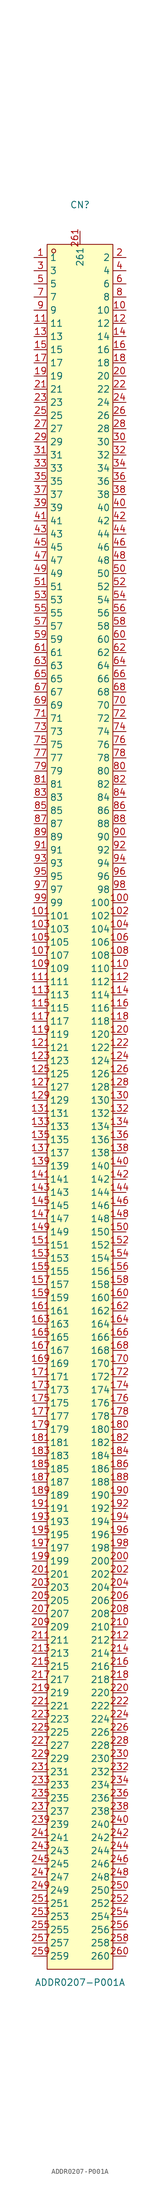
<source format=kicad_sym>
(kicad_symbol_lib
  (version 20231120)
  (generator "kicad_symbol_editor")
  (generator_version "8.0")
  (symbol "ADDR0207-P001A"
    (property "Reference" "CN"
      (at 0 173.99 0)
      (effects (font (size 1.27 1.27))))
    (property "Value" "ADDR0207-P001A"
      (at 0 -168.91 0)
      (effects (font (size 1.27 1.27))))
    (symbol "ADDR0207-P001A_0_1"
      (rectangle (start -6.35 166.37) (end 6.35 -166.37) (stroke (width 0) (type default)) (fill (type background)))
      (circle (center -5.08 165.1) (radius 0.38) (stroke (width 0) (type default)) (fill (type none)))
      (pin unspecified line (at -8.89 163.83 0) (length 2.54) (name "1" (effects (font (size 1.27 1.27)))) (number "1" (effects (font (size 1.27 1.27)))))
      (pin unspecified line (at 8.89 153.67 180) (length 2.54) (name "10" (effects (font (size 1.27 1.27)))) (number "10" (effects (font (size 1.27 1.27)))))
      (pin unspecified line (at 8.89 39.37 180) (length 2.54) (name "100" (effects (font (size 1.27 1.27)))) (number "100" (effects (font (size 1.27 1.27)))))
      (pin unspecified line (at -8.89 36.83 0) (length 2.54) (name "101" (effects (font (size 1.27 1.27)))) (number "101" (effects (font (size 1.27 1.27)))))
      (pin unspecified line (at 8.89 36.83 180) (length 2.54) (name "102" (effects (font (size 1.27 1.27)))) (number "102" (effects (font (size 1.27 1.27)))))
      (pin unspecified line (at -8.89 34.29 0) (length 2.54) (name "103" (effects (font (size 1.27 1.27)))) (number "103" (effects (font (size 1.27 1.27)))))
      (pin unspecified line (at 8.89 34.29 180) (length 2.54) (name "104" (effects (font (size 1.27 1.27)))) (number "104" (effects (font (size 1.27 1.27)))))
      (pin unspecified line (at -8.89 31.75 0) (length 2.54) (name "105" (effects (font (size 1.27 1.27)))) (number "105" (effects (font (size 1.27 1.27)))))
      (pin unspecified line (at 8.89 31.75 180) (length 2.54) (name "106" (effects (font (size 1.27 1.27)))) (number "106" (effects (font (size 1.27 1.27)))))
      (pin unspecified line (at -8.89 29.21 0) (length 2.54) (name "107" (effects (font (size 1.27 1.27)))) (number "107" (effects (font (size 1.27 1.27)))))
      (pin unspecified line (at 8.89 29.21 180) (length 2.54) (name "108" (effects (font (size 1.27 1.27)))) (number "108" (effects (font (size 1.27 1.27)))))
      (pin unspecified line (at -8.89 26.67 0) (length 2.54) (name "109" (effects (font (size 1.27 1.27)))) (number "109" (effects (font (size 1.27 1.27)))))
      (pin unspecified line (at -8.89 151.13 0) (length 2.54) (name "11" (effects (font (size 1.27 1.27)))) (number "11" (effects (font (size 1.27 1.27)))))
      (pin unspecified line (at 8.89 26.67 180) (length 2.54) (name "110" (effects (font (size 1.27 1.27)))) (number "110" (effects (font (size 1.27 1.27)))))
      (pin unspecified line (at -8.89 24.13 0) (length 2.54) (name "111" (effects (font (size 1.27 1.27)))) (number "111" (effects (font (size 1.27 1.27)))))
      (pin unspecified line (at 8.89 24.13 180) (length 2.54) (name "112" (effects (font (size 1.27 1.27)))) (number "112" (effects (font (size 1.27 1.27)))))
      (pin unspecified line (at -8.89 21.59 0) (length 2.54) (name "113" (effects (font (size 1.27 1.27)))) (number "113" (effects (font (size 1.27 1.27)))))
      (pin unspecified line (at 8.89 21.59 180) (length 2.54) (name "114" (effects (font (size 1.27 1.27)))) (number "114" (effects (font (size 1.27 1.27)))))
      (pin unspecified line (at -8.89 19.05 0) (length 2.54) (name "115" (effects (font (size 1.27 1.27)))) (number "115" (effects (font (size 1.27 1.27)))))
      (pin unspecified line (at 8.89 19.05 180) (length 2.54) (name "116" (effects (font (size 1.27 1.27)))) (number "116" (effects (font (size 1.27 1.27)))))
      (pin unspecified line (at -8.89 16.51 0) (length 2.54) (name "117" (effects (font (size 1.27 1.27)))) (number "117" (effects (font (size 1.27 1.27)))))
      (pin unspecified line (at 8.89 16.51 180) (length 2.54) (name "118" (effects (font (size 1.27 1.27)))) (number "118" (effects (font (size 1.27 1.27)))))
      (pin unspecified line (at -8.89 13.97 0) (length 2.54) (name "119" (effects (font (size 1.27 1.27)))) (number "119" (effects (font (size 1.27 1.27)))))
      (pin unspecified line (at 8.89 151.13 180) (length 2.54) (name "12" (effects (font (size 1.27 1.27)))) (number "12" (effects (font (size 1.27 1.27)))))
      (pin unspecified line (at 8.89 13.97 180) (length 2.54) (name "120" (effects (font (size 1.27 1.27)))) (number "120" (effects (font (size 1.27 1.27)))))
      (pin unspecified line (at -8.89 11.43 0) (length 2.54) (name "121" (effects (font (size 1.27 1.27)))) (number "121" (effects (font (size 1.27 1.27)))))
      (pin unspecified line (at 8.89 11.43 180) (length 2.54) (name "122" (effects (font (size 1.27 1.27)))) (number "122" (effects (font (size 1.27 1.27)))))
      (pin unspecified line (at -8.89 8.89 0) (length 2.54) (name "123" (effects (font (size 1.27 1.27)))) (number "123" (effects (font (size 1.27 1.27)))))
      (pin unspecified line (at 8.89 8.89 180) (length 2.54) (name "124" (effects (font (size 1.27 1.27)))) (number "124" (effects (font (size 1.27 1.27)))))
      (pin unspecified line (at -8.89 6.35 0) (length 2.54) (name "125" (effects (font (size 1.27 1.27)))) (number "125" (effects (font (size 1.27 1.27)))))
      (pin unspecified line (at 8.89 6.35 180) (length 2.54) (name "126" (effects (font (size 1.27 1.27)))) (number "126" (effects (font (size 1.27 1.27)))))
      (pin unspecified line (at -8.89 3.81 0) (length 2.54) (name "127" (effects (font (size 1.27 1.27)))) (number "127" (effects (font (size 1.27 1.27)))))
      (pin unspecified line (at 8.89 3.81 180) (length 2.54) (name "128" (effects (font (size 1.27 1.27)))) (number "128" (effects (font (size 1.27 1.27)))))
      (pin unspecified line (at -8.89 1.27 0) (length 2.54) (name "129" (effects (font (size 1.27 1.27)))) (number "129" (effects (font (size 1.27 1.27)))))
      (pin unspecified line (at -8.89 148.59 0) (length 2.54) (name "13" (effects (font (size 1.27 1.27)))) (number "13" (effects (font (size 1.27 1.27)))))
      (pin unspecified line (at 8.89 1.27 180) (length 2.54) (name "130" (effects (font (size 1.27 1.27)))) (number "130" (effects (font (size 1.27 1.27)))))
      (pin unspecified line (at -8.89 -1.27 0) (length 2.54) (name "131" (effects (font (size 1.27 1.27)))) (number "131" (effects (font (size 1.27 1.27)))))
      (pin unspecified line (at 8.89 -1.27 180) (length 2.54) (name "132" (effects (font (size 1.27 1.27)))) (number "132" (effects (font (size 1.27 1.27)))))
      (pin unspecified line (at -8.89 -3.81 0) (length 2.54) (name "133" (effects (font (size 1.27 1.27)))) (number "133" (effects (font (size 1.27 1.27)))))
      (pin unspecified line (at 8.89 -3.81 180) (length 2.54) (name "134" (effects (font (size 1.27 1.27)))) (number "134" (effects (font (size 1.27 1.27)))))
      (pin unspecified line (at -8.89 -6.35 0) (length 2.54) (name "135" (effects (font (size 1.27 1.27)))) (number "135" (effects (font (size 1.27 1.27)))))
      (pin unspecified line (at 8.89 -6.35 180) (length 2.54) (name "136" (effects (font (size 1.27 1.27)))) (number "136" (effects (font (size 1.27 1.27)))))
      (pin unspecified line (at -8.89 -8.89 0) (length 2.54) (name "137" (effects (font (size 1.27 1.27)))) (number "137" (effects (font (size 1.27 1.27)))))
      (pin unspecified line (at 8.89 -8.89 180) (length 2.54) (name "138" (effects (font (size 1.27 1.27)))) (number "138" (effects (font (size 1.27 1.27)))))
      (pin unspecified line (at -8.89 -11.43 0) (length 2.54) (name "139" (effects (font (size 1.27 1.27)))) (number "139" (effects (font (size 1.27 1.27)))))
      (pin unspecified line (at 8.89 148.59 180) (length 2.54) (name "14" (effects (font (size 1.27 1.27)))) (number "14" (effects (font (size 1.27 1.27)))))
      (pin unspecified line (at 8.89 -11.43 180) (length 2.54) (name "140" (effects (font (size 1.27 1.27)))) (number "140" (effects (font (size 1.27 1.27)))))
      (pin unspecified line (at -8.89 -13.97 0) (length 2.54) (name "141" (effects (font (size 1.27 1.27)))) (number "141" (effects (font (size 1.27 1.27)))))
      (pin unspecified line (at 8.89 -13.97 180) (length 2.54) (name "142" (effects (font (size 1.27 1.27)))) (number "142" (effects (font (size 1.27 1.27)))))
      (pin unspecified line (at -8.89 -16.51 0) (length 2.54) (name "143" (effects (font (size 1.27 1.27)))) (number "143" (effects (font (size 1.27 1.27)))))
      (pin unspecified line (at 8.89 -16.51 180) (length 2.54) (name "144" (effects (font (size 1.27 1.27)))) (number "144" (effects (font (size 1.27 1.27)))))
      (pin unspecified line (at -8.89 -19.05 0) (length 2.54) (name "145" (effects (font (size 1.27 1.27)))) (number "145" (effects (font (size 1.27 1.27)))))
      (pin unspecified line (at 8.89 -19.05 180) (length 2.54) (name "146" (effects (font (size 1.27 1.27)))) (number "146" (effects (font (size 1.27 1.27)))))
      (pin unspecified line (at -8.89 -21.59 0) (length 2.54) (name "147" (effects (font (size 1.27 1.27)))) (number "147" (effects (font (size 1.27 1.27)))))
      (pin unspecified line (at 8.89 -21.59 180) (length 2.54) (name "148" (effects (font (size 1.27 1.27)))) (number "148" (effects (font (size 1.27 1.27)))))
      (pin unspecified line (at -8.89 -24.13 0) (length 2.54) (name "149" (effects (font (size 1.27 1.27)))) (number "149" (effects (font (size 1.27 1.27)))))
      (pin unspecified line (at -8.89 146.05 0) (length 2.54) (name "15" (effects (font (size 1.27 1.27)))) (number "15" (effects (font (size 1.27 1.27)))))
      (pin unspecified line (at 8.89 -24.13 180) (length 2.54) (name "150" (effects (font (size 1.27 1.27)))) (number "150" (effects (font (size 1.27 1.27)))))
      (pin unspecified line (at -8.89 -26.67 0) (length 2.54) (name "151" (effects (font (size 1.27 1.27)))) (number "151" (effects (font (size 1.27 1.27)))))
      (pin unspecified line (at 8.89 -26.67 180) (length 2.54) (name "152" (effects (font (size 1.27 1.27)))) (number "152" (effects (font (size 1.27 1.27)))))
      (pin unspecified line (at -8.89 -29.21 0) (length 2.54) (name "153" (effects (font (size 1.27 1.27)))) (number "153" (effects (font (size 1.27 1.27)))))
      (pin unspecified line (at 8.89 -29.21 180) (length 2.54) (name "154" (effects (font (size 1.27 1.27)))) (number "154" (effects (font (size 1.27 1.27)))))
      (pin unspecified line (at -8.89 -31.75 0) (length 2.54) (name "155" (effects (font (size 1.27 1.27)))) (number "155" (effects (font (size 1.27 1.27)))))
      (pin unspecified line (at 8.89 -31.75 180) (length 2.54) (name "156" (effects (font (size 1.27 1.27)))) (number "156" (effects (font (size 1.27 1.27)))))
      (pin unspecified line (at -8.89 -34.29 0) (length 2.54) (name "157" (effects (font (size 1.27 1.27)))) (number "157" (effects (font (size 1.27 1.27)))))
      (pin unspecified line (at 8.89 -34.29 180) (length 2.54) (name "158" (effects (font (size 1.27 1.27)))) (number "158" (effects (font (size 1.27 1.27)))))
      (pin unspecified line (at -8.89 -36.83 0) (length 2.54) (name "159" (effects (font (size 1.27 1.27)))) (number "159" (effects (font (size 1.27 1.27)))))
      (pin unspecified line (at 8.89 146.05 180) (length 2.54) (name "16" (effects (font (size 1.27 1.27)))) (number "16" (effects (font (size 1.27 1.27)))))
      (pin unspecified line (at 8.89 -36.83 180) (length 2.54) (name "160" (effects (font (size 1.27 1.27)))) (number "160" (effects (font (size 1.27 1.27)))))
      (pin unspecified line (at -8.89 -39.37 0) (length 2.54) (name "161" (effects (font (size 1.27 1.27)))) (number "161" (effects (font (size 1.27 1.27)))))
      (pin unspecified line (at 8.89 -39.37 180) (length 2.54) (name "162" (effects (font (size 1.27 1.27)))) (number "162" (effects (font (size 1.27 1.27)))))
      (pin unspecified line (at -8.89 -41.91 0) (length 2.54) (name "163" (effects (font (size 1.27 1.27)))) (number "163" (effects (font (size 1.27 1.27)))))
      (pin unspecified line (at 8.89 -41.91 180) (length 2.54) (name "164" (effects (font (size 1.27 1.27)))) (number "164" (effects (font (size 1.27 1.27)))))
      (pin unspecified line (at -8.89 -44.45 0) (length 2.54) (name "165" (effects (font (size 1.27 1.27)))) (number "165" (effects (font (size 1.27 1.27)))))
      (pin unspecified line (at 8.89 -44.45 180) (length 2.54) (name "166" (effects (font (size 1.27 1.27)))) (number "166" (effects (font (size 1.27 1.27)))))
      (pin unspecified line (at -8.89 -46.99 0) (length 2.54) (name "167" (effects (font (size 1.27 1.27)))) (number "167" (effects (font (size 1.27 1.27)))))
      (pin unspecified line (at 8.89 -46.99 180) (length 2.54) (name "168" (effects (font (size 1.27 1.27)))) (number "168" (effects (font (size 1.27 1.27)))))
      (pin unspecified line (at -8.89 -49.53 0) (length 2.54) (name "169" (effects (font (size 1.27 1.27)))) (number "169" (effects (font (size 1.27 1.27)))))
      (pin unspecified line (at -8.89 143.51 0) (length 2.54) (name "17" (effects (font (size 1.27 1.27)))) (number "17" (effects (font (size 1.27 1.27)))))
      (pin unspecified line (at 8.89 -49.53 180) (length 2.54) (name "170" (effects (font (size 1.27 1.27)))) (number "170" (effects (font (size 1.27 1.27)))))
      (pin unspecified line (at -8.89 -52.07 0) (length 2.54) (name "171" (effects (font (size 1.27 1.27)))) (number "171" (effects (font (size 1.27 1.27)))))
      (pin unspecified line (at 8.89 -52.07 180) (length 2.54) (name "172" (effects (font (size 1.27 1.27)))) (number "172" (effects (font (size 1.27 1.27)))))
      (pin unspecified line (at -8.89 -54.61 0) (length 2.54) (name "173" (effects (font (size 1.27 1.27)))) (number "173" (effects (font (size 1.27 1.27)))))
      (pin unspecified line (at 8.89 -54.61 180) (length 2.54) (name "174" (effects (font (size 1.27 1.27)))) (number "174" (effects (font (size 1.27 1.27)))))
      (pin unspecified line (at -8.89 -57.15 0) (length 2.54) (name "175" (effects (font (size 1.27 1.27)))) (number "175" (effects (font (size 1.27 1.27)))))
      (pin unspecified line (at 8.89 -57.15 180) (length 2.54) (name "176" (effects (font (size 1.27 1.27)))) (number "176" (effects (font (size 1.27 1.27)))))
      (pin unspecified line (at -8.89 -59.69 0) (length 2.54) (name "177" (effects (font (size 1.27 1.27)))) (number "177" (effects (font (size 1.27 1.27)))))
      (pin unspecified line (at 8.89 -59.69 180) (length 2.54) (name "178" (effects (font (size 1.27 1.27)))) (number "178" (effects (font (size 1.27 1.27)))))
      (pin unspecified line (at -8.89 -62.23 0) (length 2.54) (name "179" (effects (font (size 1.27 1.27)))) (number "179" (effects (font (size 1.27 1.27)))))
      (pin unspecified line (at 8.89 143.51 180) (length 2.54) (name "18" (effects (font (size 1.27 1.27)))) (number "18" (effects (font (size 1.27 1.27)))))
      (pin unspecified line (at 8.89 -62.23 180) (length 2.54) (name "180" (effects (font (size 1.27 1.27)))) (number "180" (effects (font (size 1.27 1.27)))))
      (pin unspecified line (at -8.89 -64.77 0) (length 2.54) (name "181" (effects (font (size 1.27 1.27)))) (number "181" (effects (font (size 1.27 1.27)))))
      (pin unspecified line (at 8.89 -64.77 180) (length 2.54) (name "182" (effects (font (size 1.27 1.27)))) (number "182" (effects (font (size 1.27 1.27)))))
      (pin unspecified line (at -8.89 -67.31 0) (length 2.54) (name "183" (effects (font (size 1.27 1.27)))) (number "183" (effects (font (size 1.27 1.27)))))
      (pin unspecified line (at 8.89 -67.31 180) (length 2.54) (name "184" (effects (font (size 1.27 1.27)))) (number "184" (effects (font (size 1.27 1.27)))))
      (pin unspecified line (at -8.89 -69.85 0) (length 2.54) (name "185" (effects (font (size 1.27 1.27)))) (number "185" (effects (font (size 1.27 1.27)))))
      (pin unspecified line (at 8.89 -69.85 180) (length 2.54) (name "186" (effects (font (size 1.27 1.27)))) (number "186" (effects (font (size 1.27 1.27)))))
      (pin unspecified line (at -8.89 -72.39 0) (length 2.54) (name "187" (effects (font (size 1.27 1.27)))) (number "187" (effects (font (size 1.27 1.27)))))
      (pin unspecified line (at 8.89 -72.39 180) (length 2.54) (name "188" (effects (font (size 1.27 1.27)))) (number "188" (effects (font (size 1.27 1.27)))))
      (pin unspecified line (at -8.89 -74.93 0) (length 2.54) (name "189" (effects (font (size 1.27 1.27)))) (number "189" (effects (font (size 1.27 1.27)))))
      (pin unspecified line (at -8.89 140.97 0) (length 2.54) (name "19" (effects (font (size 1.27 1.27)))) (number "19" (effects (font (size 1.27 1.27)))))
      (pin unspecified line (at 8.89 -74.93 180) (length 2.54) (name "190" (effects (font (size 1.27 1.27)))) (number "190" (effects (font (size 1.27 1.27)))))
      (pin unspecified line (at -8.89 -77.47 0) (length 2.54) (name "191" (effects (font (size 1.27 1.27)))) (number "191" (effects (font (size 1.27 1.27)))))
      (pin unspecified line (at 8.89 -77.47 180) (length 2.54) (name "192" (effects (font (size 1.27 1.27)))) (number "192" (effects (font (size 1.27 1.27)))))
      (pin unspecified line (at -8.89 -80.01 0) (length 2.54) (name "193" (effects (font (size 1.27 1.27)))) (number "193" (effects (font (size 1.27 1.27)))))
      (pin unspecified line (at 8.89 -80.01 180) (length 2.54) (name "194" (effects (font (size 1.27 1.27)))) (number "194" (effects (font (size 1.27 1.27)))))
      (pin unspecified line (at -8.89 -82.55 0) (length 2.54) (name "195" (effects (font (size 1.27 1.27)))) (number "195" (effects (font (size 1.27 1.27)))))
      (pin unspecified line (at 8.89 -82.55 180) (length 2.54) (name "196" (effects (font (size 1.27 1.27)))) (number "196" (effects (font (size 1.27 1.27)))))
      (pin unspecified line (at -8.89 -85.09 0) (length 2.54) (name "197" (effects (font (size 1.27 1.27)))) (number "197" (effects (font (size 1.27 1.27)))))
      (pin unspecified line (at 8.89 -85.09 180) (length 2.54) (name "198" (effects (font (size 1.27 1.27)))) (number "198" (effects (font (size 1.27 1.27)))))
      (pin unspecified line (at -8.89 -87.63 0) (length 2.54) (name "199" (effects (font (size 1.27 1.27)))) (number "199" (effects (font (size 1.27 1.27)))))
      (pin unspecified line (at 8.89 163.83 180) (length 2.54) (name "2" (effects (font (size 1.27 1.27)))) (number "2" (effects (font (size 1.27 1.27)))))
      (pin unspecified line (at 8.89 140.97 180) (length 2.54) (name "20" (effects (font (size 1.27 1.27)))) (number "20" (effects (font (size 1.27 1.27)))))
      (pin unspecified line (at 8.89 -87.63 180) (length 2.54) (name "200" (effects (font (size 1.27 1.27)))) (number "200" (effects (font (size 1.27 1.27)))))
      (pin unspecified line (at -8.89 -90.17 0) (length 2.54) (name "201" (effects (font (size 1.27 1.27)))) (number "201" (effects (font (size 1.27 1.27)))))
      (pin unspecified line (at 8.89 -90.17 180) (length 2.54) (name "202" (effects (font (size 1.27 1.27)))) (number "202" (effects (font (size 1.27 1.27)))))
      (pin unspecified line (at -8.89 -92.71 0) (length 2.54) (name "203" (effects (font (size 1.27 1.27)))) (number "203" (effects (font (size 1.27 1.27)))))
      (pin unspecified line (at 8.89 -92.71 180) (length 2.54) (name "204" (effects (font (size 1.27 1.27)))) (number "204" (effects (font (size 1.27 1.27)))))
      (pin unspecified line (at -8.89 -95.25 0) (length 2.54) (name "205" (effects (font (size 1.27 1.27)))) (number "205" (effects (font (size 1.27 1.27)))))
      (pin unspecified line (at 8.89 -95.25 180) (length 2.54) (name "206" (effects (font (size 1.27 1.27)))) (number "206" (effects (font (size 1.27 1.27)))))
      (pin unspecified line (at -8.89 -97.79 0) (length 2.54) (name "207" (effects (font (size 1.27 1.27)))) (number "207" (effects (font (size 1.27 1.27)))))
      (pin unspecified line (at 8.89 -97.79 180) (length 2.54) (name "208" (effects (font (size 1.27 1.27)))) (number "208" (effects (font (size 1.27 1.27)))))
      (pin unspecified line (at -8.89 -100.33 0) (length 2.54) (name "209" (effects (font (size 1.27 1.27)))) (number "209" (effects (font (size 1.27 1.27)))))
      (pin unspecified line (at -8.89 138.43 0) (length 2.54) (name "21" (effects (font (size 1.27 1.27)))) (number "21" (effects (font (size 1.27 1.27)))))
      (pin unspecified line (at 8.89 -100.33 180) (length 2.54) (name "210" (effects (font (size 1.27 1.27)))) (number "210" (effects (font (size 1.27 1.27)))))
      (pin unspecified line (at -8.89 -102.87 0) (length 2.54) (name "211" (effects (font (size 1.27 1.27)))) (number "211" (effects (font (size 1.27 1.27)))))
      (pin unspecified line (at 8.89 -102.87 180) (length 2.54) (name "212" (effects (font (size 1.27 1.27)))) (number "212" (effects (font (size 1.27 1.27)))))
      (pin unspecified line (at -8.89 -105.41 0) (length 2.54) (name "213" (effects (font (size 1.27 1.27)))) (number "213" (effects (font (size 1.27 1.27)))))
      (pin unspecified line (at 8.89 -105.41 180) (length 2.54) (name "214" (effects (font (size 1.27 1.27)))) (number "214" (effects (font (size 1.27 1.27)))))
      (pin unspecified line (at -8.89 -107.95 0) (length 2.54) (name "215" (effects (font (size 1.27 1.27)))) (number "215" (effects (font (size 1.27 1.27)))))
      (pin unspecified line (at 8.89 -107.95 180) (length 2.54) (name "216" (effects (font (size 1.27 1.27)))) (number "216" (effects (font (size 1.27 1.27)))))
      (pin unspecified line (at -8.89 -110.49 0) (length 2.54) (name "217" (effects (font (size 1.27 1.27)))) (number "217" (effects (font (size 1.27 1.27)))))
      (pin unspecified line (at 8.89 -110.49 180) (length 2.54) (name "218" (effects (font (size 1.27 1.27)))) (number "218" (effects (font (size 1.27 1.27)))))
      (pin unspecified line (at -8.89 -113.03 0) (length 2.54) (name "219" (effects (font (size 1.27 1.27)))) (number "219" (effects (font (size 1.27 1.27)))))
      (pin unspecified line (at 8.89 138.43 180) (length 2.54) (name "22" (effects (font (size 1.27 1.27)))) (number "22" (effects (font (size 1.27 1.27)))))
      (pin unspecified line (at 8.89 -113.03 180) (length 2.54) (name "220" (effects (font (size 1.27 1.27)))) (number "220" (effects (font (size 1.27 1.27)))))
      (pin unspecified line (at -8.89 -115.57 0) (length 2.54) (name "221" (effects (font (size 1.27 1.27)))) (number "221" (effects (font (size 1.27 1.27)))))
      (pin unspecified line (at 8.89 -115.57 180) (length 2.54) (name "222" (effects (font (size 1.27 1.27)))) (number "222" (effects (font (size 1.27 1.27)))))
      (pin unspecified line (at -8.89 -118.11 0) (length 2.54) (name "223" (effects (font (size 1.27 1.27)))) (number "223" (effects (font (size 1.27 1.27)))))
      (pin unspecified line (at 8.89 -118.11 180) (length 2.54) (name "224" (effects (font (size 1.27 1.27)))) (number "224" (effects (font (size 1.27 1.27)))))
      (pin unspecified line (at -8.89 -120.65 0) (length 2.54) (name "225" (effects (font (size 1.27 1.27)))) (number "225" (effects (font (size 1.27 1.27)))))
      (pin unspecified line (at 8.89 -120.65 180) (length 2.54) (name "226" (effects (font (size 1.27 1.27)))) (number "226" (effects (font (size 1.27 1.27)))))
      (pin unspecified line (at -8.89 -123.19 0) (length 2.54) (name "227" (effects (font (size 1.27 1.27)))) (number "227" (effects (font (size 1.27 1.27)))))
      (pin unspecified line (at 8.89 -123.19 180) (length 2.54) (name "228" (effects (font (size 1.27 1.27)))) (number "228" (effects (font (size 1.27 1.27)))))
      (pin unspecified line (at -8.89 -125.73 0) (length 2.54) (name "229" (effects (font (size 1.27 1.27)))) (number "229" (effects (font (size 1.27 1.27)))))
      (pin unspecified line (at -8.89 135.89 0) (length 2.54) (name "23" (effects (font (size 1.27 1.27)))) (number "23" (effects (font (size 1.27 1.27)))))
      (pin unspecified line (at 8.89 -125.73 180) (length 2.54) (name "230" (effects (font (size 1.27 1.27)))) (number "230" (effects (font (size 1.27 1.27)))))
      (pin unspecified line (at -8.89 -128.27 0) (length 2.54) (name "231" (effects (font (size 1.27 1.27)))) (number "231" (effects (font (size 1.27 1.27)))))
      (pin unspecified line (at 8.89 -128.27 180) (length 2.54) (name "232" (effects (font (size 1.27 1.27)))) (number "232" (effects (font (size 1.27 1.27)))))
      (pin unspecified line (at -8.89 -130.81 0) (length 2.54) (name "233" (effects (font (size 1.27 1.27)))) (number "233" (effects (font (size 1.27 1.27)))))
      (pin unspecified line (at 8.89 -130.81 180) (length 2.54) (name "234" (effects (font (size 1.27 1.27)))) (number "234" (effects (font (size 1.27 1.27)))))
      (pin unspecified line (at -8.89 -133.35 0) (length 2.54) (name "235" (effects (font (size 1.27 1.27)))) (number "235" (effects (font (size 1.27 1.27)))))
      (pin unspecified line (at 8.89 -133.35 180) (length 2.54) (name "236" (effects (font (size 1.27 1.27)))) (number "236" (effects (font (size 1.27 1.27)))))
      (pin unspecified line (at -8.89 -135.89 0) (length 2.54) (name "237" (effects (font (size 1.27 1.27)))) (number "237" (effects (font (size 1.27 1.27)))))
      (pin unspecified line (at 8.89 -135.89 180) (length 2.54) (name "238" (effects (font (size 1.27 1.27)))) (number "238" (effects (font (size 1.27 1.27)))))
      (pin unspecified line (at -8.89 -138.43 0) (length 2.54) (name "239" (effects (font (size 1.27 1.27)))) (number "239" (effects (font (size 1.27 1.27)))))
      (pin unspecified line (at 8.89 135.89 180) (length 2.54) (name "24" (effects (font (size 1.27 1.27)))) (number "24" (effects (font (size 1.27 1.27)))))
      (pin unspecified line (at 8.89 -138.43 180) (length 2.54) (name "240" (effects (font (size 1.27 1.27)))) (number "240" (effects (font (size 1.27 1.27)))))
      (pin unspecified line (at -8.89 -140.97 0) (length 2.54) (name "241" (effects (font (size 1.27 1.27)))) (number "241" (effects (font (size 1.27 1.27)))))
      (pin unspecified line (at 8.89 -140.97 180) (length 2.54) (name "242" (effects (font (size 1.27 1.27)))) (number "242" (effects (font (size 1.27 1.27)))))
      (pin unspecified line (at -8.89 -143.51 0) (length 2.54) (name "243" (effects (font (size 1.27 1.27)))) (number "243" (effects (font (size 1.27 1.27)))))
      (pin unspecified line (at 8.89 -143.51 180) (length 2.54) (name "244" (effects (font (size 1.27 1.27)))) (number "244" (effects (font (size 1.27 1.27)))))
      (pin unspecified line (at -8.89 -146.05 0) (length 2.54) (name "245" (effects (font (size 1.27 1.27)))) (number "245" (effects (font (size 1.27 1.27)))))
      (pin unspecified line (at 8.89 -146.05 180) (length 2.54) (name "246" (effects (font (size 1.27 1.27)))) (number "246" (effects (font (size 1.27 1.27)))))
      (pin unspecified line (at -8.89 -148.59 0) (length 2.54) (name "247" (effects (font (size 1.27 1.27)))) (number "247" (effects (font (size 1.27 1.27)))))
      (pin unspecified line (at 8.89 -148.59 180) (length 2.54) (name "248" (effects (font (size 1.27 1.27)))) (number "248" (effects (font (size 1.27 1.27)))))
      (pin unspecified line (at -8.89 -151.13 0) (length 2.54) (name "249" (effects (font (size 1.27 1.27)))) (number "249" (effects (font (size 1.27 1.27)))))
      (pin unspecified line (at -8.89 133.35 0) (length 2.54) (name "25" (effects (font (size 1.27 1.27)))) (number "25" (effects (font (size 1.27 1.27)))))
      (pin unspecified line (at 8.89 -151.13 180) (length 2.54) (name "250" (effects (font (size 1.27 1.27)))) (number "250" (effects (font (size 1.27 1.27)))))
      (pin unspecified line (at -8.89 -153.67 0) (length 2.54) (name "251" (effects (font (size 1.27 1.27)))) (number "251" (effects (font (size 1.27 1.27)))))
      (pin unspecified line (at 8.89 -153.67 180) (length 2.54) (name "252" (effects (font (size 1.27 1.27)))) (number "252" (effects (font (size 1.27 1.27)))))
      (pin unspecified line (at -8.89 -156.21 0) (length 2.54) (name "253" (effects (font (size 1.27 1.27)))) (number "253" (effects (font (size 1.27 1.27)))))
      (pin unspecified line (at 8.89 -156.21 180) (length 2.54) (name "254" (effects (font (size 1.27 1.27)))) (number "254" (effects (font (size 1.27 1.27)))))
      (pin unspecified line (at -8.89 -158.75 0) (length 2.54) (name "255" (effects (font (size 1.27 1.27)))) (number "255" (effects (font (size 1.27 1.27)))))
      (pin unspecified line (at 8.89 -158.75 180) (length 2.54) (name "256" (effects (font (size 1.27 1.27)))) (number "256" (effects (font (size 1.27 1.27)))))
      (pin unspecified line (at -8.89 -161.29 0) (length 2.54) (name "257" (effects (font (size 1.27 1.27)))) (number "257" (effects (font (size 1.27 1.27)))))
      (pin unspecified line (at 8.89 -161.29 180) (length 2.54) (name "258" (effects (font (size 1.27 1.27)))) (number "258" (effects (font (size 1.27 1.27)))))
      (pin unspecified line (at -8.89 -163.83 0) (length 2.54) (name "259" (effects (font (size 1.27 1.27)))) (number "259" (effects (font (size 1.27 1.27)))))
      (pin unspecified line (at 8.89 133.35 180) (length 2.54) (name "26" (effects (font (size 1.27 1.27)))) (number "26" (effects (font (size 1.27 1.27)))))
      (pin unspecified line (at 8.89 -163.83 180) (length 2.54) (name "260" (effects (font (size 1.27 1.27)))) (number "260" (effects (font (size 1.27 1.27)))))
      (pin unspecified line (at 0 168.91 270) (length 2.54) (name "261" (effects (font (size 1.27 1.27)))) (number "261" (effects (font (size 1.27 1.27)))))
      (pin unspecified line (at -8.89 130.81 0) (length 2.54) (name "27" (effects (font (size 1.27 1.27)))) (number "27" (effects (font (size 1.27 1.27)))))
      (pin unspecified line (at 8.89 130.81 180) (length 2.54) (name "28" (effects (font (size 1.27 1.27)))) (number "28" (effects (font (size 1.27 1.27)))))
      (pin unspecified line (at -8.89 128.27 0) (length 2.54) (name "29" (effects (font (size 1.27 1.27)))) (number "29" (effects (font (size 1.27 1.27)))))
      (pin unspecified line (at -8.89 161.29 0) (length 2.54) (name "3" (effects (font (size 1.27 1.27)))) (number "3" (effects (font (size 1.27 1.27)))))
      (pin unspecified line (at 8.89 128.27 180) (length 2.54) (name "30" (effects (font (size 1.27 1.27)))) (number "30" (effects (font (size 1.27 1.27)))))
      (pin unspecified line (at -8.89 125.73 0) (length 2.54) (name "31" (effects (font (size 1.27 1.27)))) (number "31" (effects (font (size 1.27 1.27)))))
      (pin unspecified line (at 8.89 125.73 180) (length 2.54) (name "32" (effects (font (size 1.27 1.27)))) (number "32" (effects (font (size 1.27 1.27)))))
      (pin unspecified line (at -8.89 123.19 0) (length 2.54) (name "33" (effects (font (size 1.27 1.27)))) (number "33" (effects (font (size 1.27 1.27)))))
      (pin unspecified line (at 8.89 123.19 180) (length 2.54) (name "34" (effects (font (size 1.27 1.27)))) (number "34" (effects (font (size 1.27 1.27)))))
      (pin unspecified line (at -8.89 120.65 0) (length 2.54) (name "35" (effects (font (size 1.27 1.27)))) (number "35" (effects (font (size 1.27 1.27)))))
      (pin unspecified line (at 8.89 120.65 180) (length 2.54) (name "36" (effects (font (size 1.27 1.27)))) (number "36" (effects (font (size 1.27 1.27)))))
      (pin unspecified line (at -8.89 118.11 0) (length 2.54) (name "37" (effects (font (size 1.27 1.27)))) (number "37" (effects (font (size 1.27 1.27)))))
      (pin unspecified line (at 8.89 118.11 180) (length 2.54) (name "38" (effects (font (size 1.27 1.27)))) (number "38" (effects (font (size 1.27 1.27)))))
      (pin unspecified line (at -8.89 115.57 0) (length 2.54) (name "39" (effects (font (size 1.27 1.27)))) (number "39" (effects (font (size 1.27 1.27)))))
      (pin unspecified line (at 8.89 161.29 180) (length 2.54) (name "4" (effects (font (size 1.27 1.27)))) (number "4" (effects (font (size 1.27 1.27)))))
      (pin unspecified line (at 8.89 115.57 180) (length 2.54) (name "40" (effects (font (size 1.27 1.27)))) (number "40" (effects (font (size 1.27 1.27)))))
      (pin unspecified line (at -8.89 113.03 0) (length 2.54) (name "41" (effects (font (size 1.27 1.27)))) (number "41" (effects (font (size 1.27 1.27)))))
      (pin unspecified line (at 8.89 113.03 180) (length 2.54) (name "42" (effects (font (size 1.27 1.27)))) (number "42" (effects (font (size 1.27 1.27)))))
      (pin unspecified line (at -8.89 110.49 0) (length 2.54) (name "43" (effects (font (size 1.27 1.27)))) (number "43" (effects (font (size 1.27 1.27)))))
      (pin unspecified line (at 8.89 110.49 180) (length 2.54) (name "44" (effects (font (size 1.27 1.27)))) (number "44" (effects (font (size 1.27 1.27)))))
      (pin unspecified line (at -8.89 107.95 0) (length 2.54) (name "45" (effects (font (size 1.27 1.27)))) (number "45" (effects (font (size 1.27 1.27)))))
      (pin unspecified line (at 8.89 107.95 180) (length 2.54) (name "46" (effects (font (size 1.27 1.27)))) (number "46" (effects (font (size 1.27 1.27)))))
      (pin unspecified line (at -8.89 105.41 0) (length 2.54) (name "47" (effects (font (size 1.27 1.27)))) (number "47" (effects (font (size 1.27 1.27)))))
      (pin unspecified line (at 8.89 105.41 180) (length 2.54) (name "48" (effects (font (size 1.27 1.27)))) (number "48" (effects (font (size 1.27 1.27)))))
      (pin unspecified line (at -8.89 102.87 0) (length 2.54) (name "49" (effects (font (size 1.27 1.27)))) (number "49" (effects (font (size 1.27 1.27)))))
      (pin unspecified line (at -8.89 158.75 0) (length 2.54) (name "5" (effects (font (size 1.27 1.27)))) (number "5" (effects (font (size 1.27 1.27)))))
      (pin unspecified line (at 8.89 102.87 180) (length 2.54) (name "50" (effects (font (size 1.27 1.27)))) (number "50" (effects (font (size 1.27 1.27)))))
      (pin unspecified line (at -8.89 100.33 0) (length 2.54) (name "51" (effects (font (size 1.27 1.27)))) (number "51" (effects (font (size 1.27 1.27)))))
      (pin unspecified line (at 8.89 100.33 180) (length 2.54) (name "52" (effects (font (size 1.27 1.27)))) (number "52" (effects (font (size 1.27 1.27)))))
      (pin unspecified line (at -8.89 97.79 0) (length 2.54) (name "53" (effects (font (size 1.27 1.27)))) (number "53" (effects (font (size 1.27 1.27)))))
      (pin unspecified line (at 8.89 97.79 180) (length 2.54) (name "54" (effects (font (size 1.27 1.27)))) (number "54" (effects (font (size 1.27 1.27)))))
      (pin unspecified line (at -8.89 95.25 0) (length 2.54) (name "55" (effects (font (size 1.27 1.27)))) (number "55" (effects (font (size 1.27 1.27)))))
      (pin unspecified line (at 8.89 95.25 180) (length 2.54) (name "56" (effects (font (size 1.27 1.27)))) (number "56" (effects (font (size 1.27 1.27)))))
      (pin unspecified line (at -8.89 92.71 0) (length 2.54) (name "57" (effects (font (size 1.27 1.27)))) (number "57" (effects (font (size 1.27 1.27)))))
      (pin unspecified line (at 8.89 92.71 180) (length 2.54) (name "58" (effects (font (size 1.27 1.27)))) (number "58" (effects (font (size 1.27 1.27)))))
      (pin unspecified line (at -8.89 90.17 0) (length 2.54) (name "59" (effects (font (size 1.27 1.27)))) (number "59" (effects (font (size 1.27 1.27)))))
      (pin unspecified line (at 8.89 158.75 180) (length 2.54) (name "6" (effects (font (size 1.27 1.27)))) (number "6" (effects (font (size 1.27 1.27)))))
      (pin unspecified line (at 8.89 90.17 180) (length 2.54) (name "60" (effects (font (size 1.27 1.27)))) (number "60" (effects (font (size 1.27 1.27)))))
      (pin unspecified line (at -8.89 87.63 0) (length 2.54) (name "61" (effects (font (size 1.27 1.27)))) (number "61" (effects (font (size 1.27 1.27)))))
      (pin unspecified line (at 8.89 87.63 180) (length 2.54) (name "62" (effects (font (size 1.27 1.27)))) (number "62" (effects (font (size 1.27 1.27)))))
      (pin unspecified line (at -8.89 85.09 0) (length 2.54) (name "63" (effects (font (size 1.27 1.27)))) (number "63" (effects (font (size 1.27 1.27)))))
      (pin unspecified line (at 8.89 85.09 180) (length 2.54) (name "64" (effects (font (size 1.27 1.27)))) (number "64" (effects (font (size 1.27 1.27)))))
      (pin unspecified line (at -8.89 82.55 0) (length 2.54) (name "65" (effects (font (size 1.27 1.27)))) (number "65" (effects (font (size 1.27 1.27)))))
      (pin unspecified line (at 8.89 82.55 180) (length 2.54) (name "66" (effects (font (size 1.27 1.27)))) (number "66" (effects (font (size 1.27 1.27)))))
      (pin unspecified line (at -8.89 80.01 0) (length 2.54) (name "67" (effects (font (size 1.27 1.27)))) (number "67" (effects (font (size 1.27 1.27)))))
      (pin unspecified line (at 8.89 80.01 180) (length 2.54) (name "68" (effects (font (size 1.27 1.27)))) (number "68" (effects (font (size 1.27 1.27)))))
      (pin unspecified line (at -8.89 77.47 0) (length 2.54) (name "69" (effects (font (size 1.27 1.27)))) (number "69" (effects (font (size 1.27 1.27)))))
      (pin unspecified line (at -8.89 156.21 0) (length 2.54) (name "7" (effects (font (size 1.27 1.27)))) (number "7" (effects (font (size 1.27 1.27)))))
      (pin unspecified line (at 8.89 77.47 180) (length 2.54) (name "70" (effects (font (size 1.27 1.27)))) (number "70" (effects (font (size 1.27 1.27)))))
      (pin unspecified line (at -8.89 74.93 0) (length 2.54) (name "71" (effects (font (size 1.27 1.27)))) (number "71" (effects (font (size 1.27 1.27)))))
      (pin unspecified line (at 8.89 74.93 180) (length 2.54) (name "72" (effects (font (size 1.27 1.27)))) (number "72" (effects (font (size 1.27 1.27)))))
      (pin unspecified line (at -8.89 72.39 0) (length 2.54) (name "73" (effects (font (size 1.27 1.27)))) (number "73" (effects (font (size 1.27 1.27)))))
      (pin unspecified line (at 8.89 72.39 180) (length 2.54) (name "74" (effects (font (size 1.27 1.27)))) (number "74" (effects (font (size 1.27 1.27)))))
      (pin unspecified line (at -8.89 69.85 0) (length 2.54) (name "75" (effects (font (size 1.27 1.27)))) (number "75" (effects (font (size 1.27 1.27)))))
      (pin unspecified line (at 8.89 69.85 180) (length 2.54) (name "76" (effects (font (size 1.27 1.27)))) (number "76" (effects (font (size 1.27 1.27)))))
      (pin unspecified line (at -8.89 67.31 0) (length 2.54) (name "77" (effects (font (size 1.27 1.27)))) (number "77" (effects (font (size 1.27 1.27)))))
      (pin unspecified line (at 8.89 67.31 180) (length 2.54) (name "78" (effects (font (size 1.27 1.27)))) (number "78" (effects (font (size 1.27 1.27)))))
      (pin unspecified line (at -8.89 64.77 0) (length 2.54) (name "79" (effects (font (size 1.27 1.27)))) (number "79" (effects (font (size 1.27 1.27)))))
      (pin unspecified line (at 8.89 156.21 180) (length 2.54) (name "8" (effects (font (size 1.27 1.27)))) (number "8" (effects (font (size 1.27 1.27)))))
      (pin unspecified line (at 8.89 64.77 180) (length 2.54) (name "80" (effects (font (size 1.27 1.27)))) (number "80" (effects (font (size 1.27 1.27)))))
      (pin unspecified line (at -8.89 62.23 0) (length 2.54) (name "81" (effects (font (size 1.27 1.27)))) (number "81" (effects (font (size 1.27 1.27)))))
      (pin unspecified line (at 8.89 62.23 180) (length 2.54) (name "82" (effects (font (size 1.27 1.27)))) (number "82" (effects (font (size 1.27 1.27)))))
      (pin unspecified line (at -8.89 59.69 0) (length 2.54) (name "83" (effects (font (size 1.27 1.27)))) (number "83" (effects (font (size 1.27 1.27)))))
      (pin unspecified line (at 8.89 59.69 180) (length 2.54) (name "84" (effects (font (size 1.27 1.27)))) (number "84" (effects (font (size 1.27 1.27)))))
      (pin unspecified line (at -8.89 57.15 0) (length 2.54) (name "85" (effects (font (size 1.27 1.27)))) (number "85" (effects (font (size 1.27 1.27)))))
      (pin unspecified line (at 8.89 57.15 180) (length 2.54) (name "86" (effects (font (size 1.27 1.27)))) (number "86" (effects (font (size 1.27 1.27)))))
      (pin unspecified line (at -8.89 54.61 0) (length 2.54) (name "87" (effects (font (size 1.27 1.27)))) (number "87" (effects (font (size 1.27 1.27)))))
      (pin unspecified line (at 8.89 54.61 180) (length 2.54) (name "88" (effects (font (size 1.27 1.27)))) (number "88" (effects (font (size 1.27 1.27)))))
      (pin unspecified line (at -8.89 52.07 0) (length 2.54) (name "89" (effects (font (size 1.27 1.27)))) (number "89" (effects (font (size 1.27 1.27)))))
      (pin unspecified line (at -8.89 153.67 0) (length 2.54) (name "9" (effects (font (size 1.27 1.27)))) (number "9" (effects (font (size 1.27 1.27)))))
      (pin unspecified line (at 8.89 52.07 180) (length 2.54) (name "90" (effects (font (size 1.27 1.27)))) (number "90" (effects (font (size 1.27 1.27)))))
      (pin unspecified line (at -8.89 49.53 0) (length 2.54) (name "91" (effects (font (size 1.27 1.27)))) (number "91" (effects (font (size 1.27 1.27)))))
      (pin unspecified line (at 8.89 49.53 180) (length 2.54) (name "92" (effects (font (size 1.27 1.27)))) (number "92" (effects (font (size 1.27 1.27)))))
      (pin unspecified line (at -8.89 46.99 0) (length 2.54) (name "93" (effects (font (size 1.27 1.27)))) (number "93" (effects (font (size 1.27 1.27)))))
      (pin unspecified line (at 8.89 46.99 180) (length 2.54) (name "94" (effects (font (size 1.27 1.27)))) (number "94" (effects (font (size 1.27 1.27)))))
      (pin unspecified line (at -8.89 44.45 0) (length 2.54) (name "95" (effects (font (size 1.27 1.27)))) (number "95" (effects (font (size 1.27 1.27)))))
      (pin unspecified line (at 8.89 44.45 180) (length 2.54) (name "96" (effects (font (size 1.27 1.27)))) (number "96" (effects (font (size 1.27 1.27)))))
      (pin unspecified line (at -8.89 41.91 0) (length 2.54) (name "97" (effects (font (size 1.27 1.27)))) (number "97" (effects (font (size 1.27 1.27)))))
      (pin unspecified line (at 8.89 41.91 180) (length 2.54) (name "98" (effects (font (size 1.27 1.27)))) (number "98" (effects (font (size 1.27 1.27)))))
      (pin unspecified line (at -8.89 39.37 0) (length 2.54) (name "99" (effects (font (size 1.27 1.27)))) (number "99" (effects (font (size 1.27 1.27))))))))
</source>
